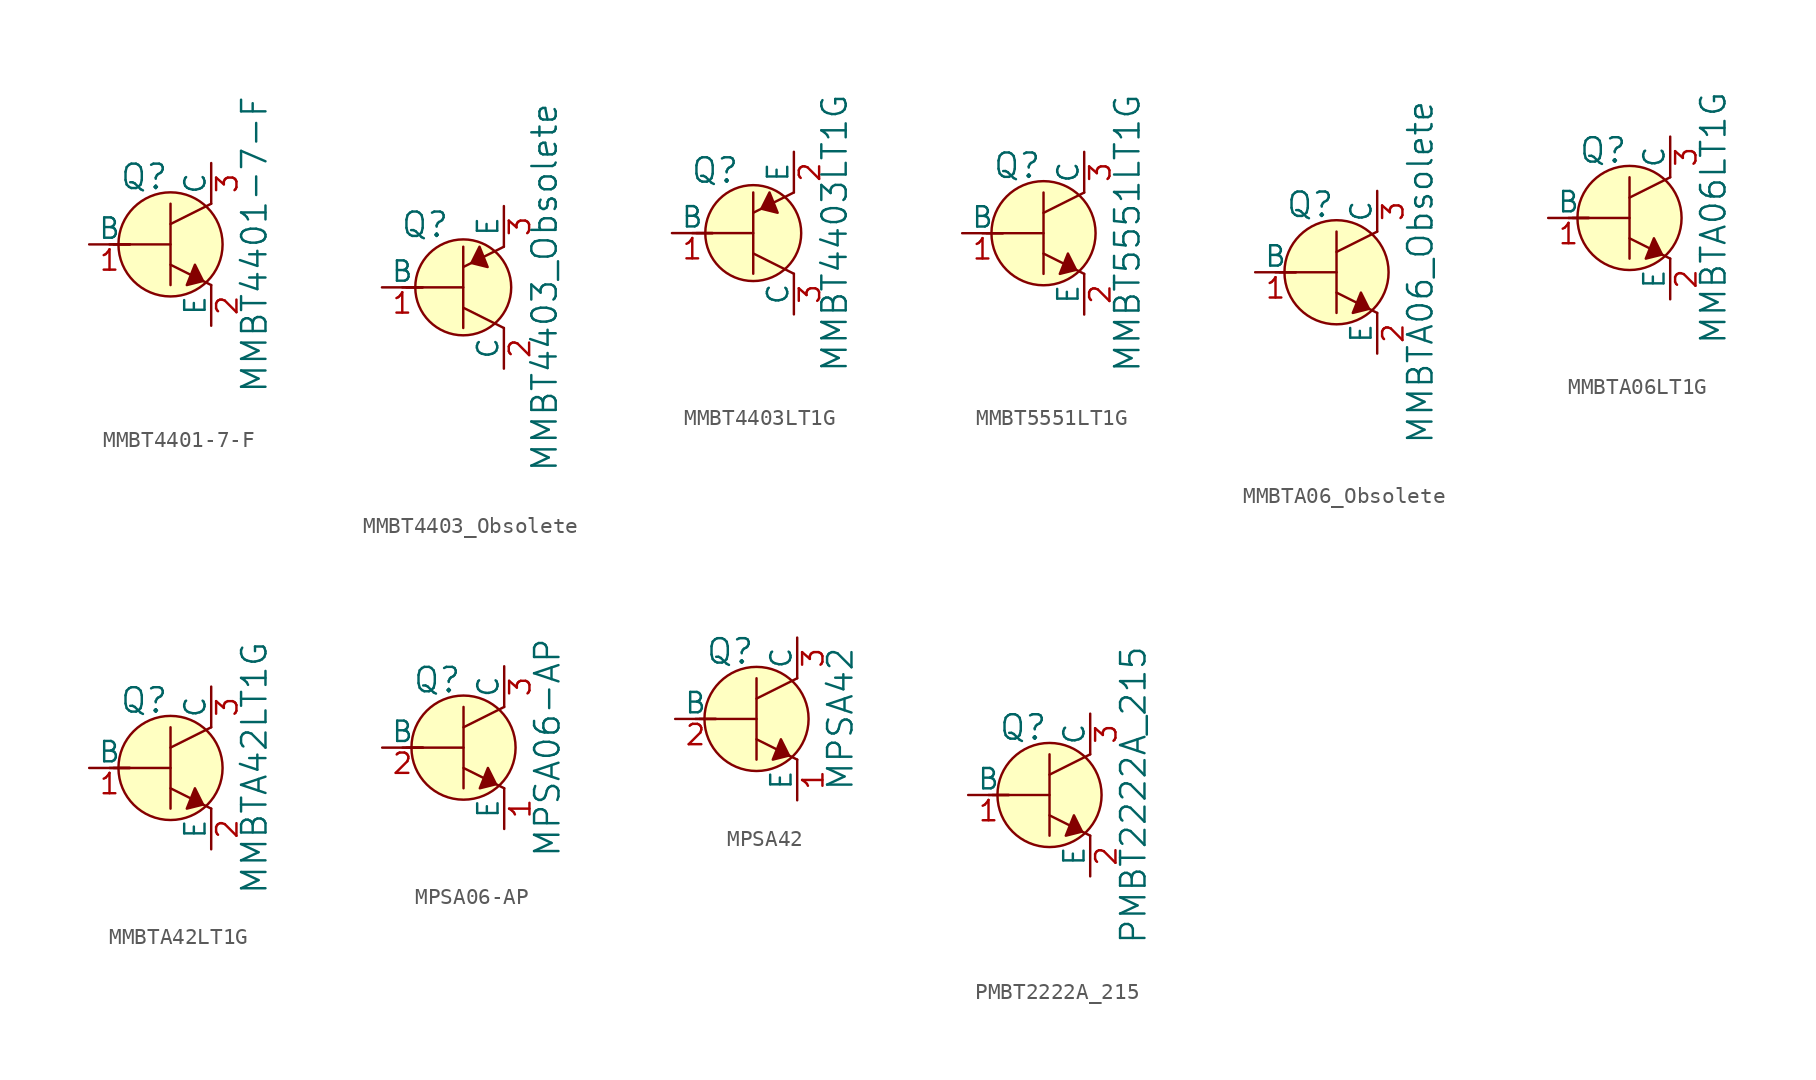
<source format=kicad_sym>
(kicad_symbol_lib
  (version 20220914)
  (generator kicad_symbol_editor)
  (symbol "MMBT4401-7-F"
    (pin_names
      (offset 0))
    (property "Reference" "Q"
      (at -3.2 4.216 0)
      (effects (font (size 1.524 1.524)) (justify left)))
    (property "Value" "MMBT4401-7-F"
      (at 5.232 0 90)
      (effects (font (size 1.524 1.524))))
    (symbol "MMBT4401-7-F_0_1"
      (polyline (pts (xy -3.81 0) (xy -2.54 0)) (stroke (width 0) (type default)) (fill (type none)))
      (polyline (pts (xy -3.556 0) (xy 0 0)) (stroke (width 0) (type default)) (fill (type none)))
      (polyline (pts (xy 0 -1.27) (xy 2.54 -2.54)) (stroke (width 0) (type default)) (fill (type none)))
      (polyline (pts (xy 0 1.27) (xy 2.54 2.54)) (stroke (width 0) (type default)) (fill (type none)))
      (polyline (pts (xy 0 2.54) (xy 0 -2.54)) (stroke (width 0) (type default)) (fill (type none)))
      (polyline (pts (xy 1.524 -1.27) (xy 2.032 -2.286) (xy 1.016 -2.54) (xy 1.524 -1.27)) (stroke (width 0) (type default)) (fill (type outline)))
      (circle (center 0 0) (radius 3.251) (stroke (width 0) (type default)) (fill (type background))))
    (symbol "MMBT4401-7-F_1_1"
      (pin input line (at -5.08 0 0) (length 2.54) (name "B" (effects (font (size 1.27 1.27)))) (number "1" (effects (font (size 1.27 1.27)))))
      (pin passive line (at 2.54 -5.08 90) (length 2.54) (name "E" (effects (font (size 1.27 1.27)))) (number "2" (effects (font (size 1.27 1.27)))))
      (pin passive line (at 2.54 5.08 270) (length 2.54) (name "C" (effects (font (size 1.27 1.27)))) (number "3" (effects (font (size 1.27 1.27)))))))
  (symbol "MMBT4403_Obsolete"
    (pin_names
      (offset 0))
    (property "Reference" "Q"
      (at -2.388 3.912 0)
      (effects (font (size 1.524 1.524))))
    (property "Value" "MMBT4403_Obsolete"
      (at 5.08 0 90)
      (effects (font (size 1.524 1.524))))
    (symbol "MMBT4403_Obsolete_0_1"
      (polyline (pts (xy -3.81 0) (xy -2.54 0)) (stroke (width 0) (type default)) (fill (type none)))
      (polyline (pts (xy -3.556 0) (xy 0 0)) (stroke (width 0) (type default)) (fill (type none)))
      (polyline (pts (xy 0 -1.27) (xy 2.54 -2.54)) (stroke (width 0) (type default)) (fill (type none)))
      (polyline (pts (xy 0 1.27) (xy 2.54 2.54)) (stroke (width 0) (type default)) (fill (type none)))
      (polyline (pts (xy 0 2.54) (xy 0 -2.54)) (stroke (width 0) (type default)) (fill (type none)))
      (polyline (pts (xy 1.016 2.54) (xy 0.508 1.524) (xy 1.524 1.27) (xy 1.016 2.54)) (stroke (width 0) (type default)) (fill (type outline)))
      (circle (center 0 0) (radius 2.997) (stroke (width 0) (type default)) (fill (type background))))
    (symbol "MMBT4403_Obsolete_1_1"
      (pin input line (at -5.08 0 0) (length 2.54) (name "B" (effects (font (size 1.27 1.27)))) (number "1" (effects (font (size 1.27 1.27)))))
      (pin passive line (at 2.54 -5.08 90) (length 2.54) (name "C" (effects (font (size 1.27 1.27)))) (number "2" (effects (font (size 1.27 1.27)))))
      (pin passive line (at 2.54 5.08 270) (length 2.54) (name "E" (effects (font (size 1.27 1.27)))) (number "3" (effects (font (size 1.27 1.27)))))))
  (symbol "MMBT4403LT1G"
    (pin_names
      (offset 0))
    (property "Reference" "Q"
      (at -2.388 3.912 0)
      (effects (font (size 1.524 1.524))))
    (property "Value" "MMBT4403LT1G"
      (at 5.08 0 90)
      (effects (font (size 1.524 1.524))))
    (symbol "MMBT4403LT1G_0_1"
      (polyline (pts (xy -3.81 0) (xy -2.54 0)) (stroke (width 0) (type default)) (fill (type none)))
      (polyline (pts (xy -3.556 0) (xy 0 0)) (stroke (width 0) (type default)) (fill (type none)))
      (polyline (pts (xy 0 -1.27) (xy 2.54 -2.54)) (stroke (width 0) (type default)) (fill (type none)))
      (polyline (pts (xy 0 1.27) (xy 2.54 2.54)) (stroke (width 0) (type default)) (fill (type none)))
      (polyline (pts (xy 0 2.54) (xy 0 -2.54)) (stroke (width 0) (type default)) (fill (type none)))
      (polyline (pts (xy 1.016 2.54) (xy 0.508 1.524) (xy 1.524 1.27) (xy 1.016 2.54)) (stroke (width 0) (type default)) (fill (type outline)))
      (circle (center 0 0) (radius 2.997) (stroke (width 0) (type default)) (fill (type background))))
    (symbol "MMBT4403LT1G_1_1"
      (pin input line (at -5.08 0 0) (length 2.54) (name "B" (effects (font (size 1.27 1.27)))) (number "1" (effects (font (size 1.27 1.27)))))
      (pin passive line (at 2.54 5.08 270) (length 2.54) (name "E" (effects (font (size 1.27 1.27)))) (number "2" (effects (font (size 1.27 1.27)))))
      (pin passive line (at 2.54 -5.08 90) (length 2.54) (name "C" (effects (font (size 1.27 1.27)))) (number "3" (effects (font (size 1.27 1.27)))))))
  (symbol "MMBT5551LT1G"
    (pin_names
      (offset 0))
    (property "Reference" "Q"
      (at -3.2 4.216 0)
      (effects (font (size 1.524 1.524)) (justify left)))
    (property "Value" "MMBT5551LT1G"
      (at 5.232 0 90)
      (effects (font (size 1.524 1.524))))
    (symbol "MMBT5551LT1G_0_1"
      (polyline (pts (xy -3.81 0) (xy -2.54 0)) (stroke (width 0) (type default)) (fill (type none)))
      (polyline (pts (xy -3.556 0) (xy 0 0)) (stroke (width 0) (type default)) (fill (type none)))
      (polyline (pts (xy 0 -1.27) (xy 2.54 -2.54)) (stroke (width 0) (type default)) (fill (type none)))
      (polyline (pts (xy 0 1.27) (xy 2.54 2.54)) (stroke (width 0) (type default)) (fill (type none)))
      (polyline (pts (xy 0 2.54) (xy 0 -2.54)) (stroke (width 0) (type default)) (fill (type none)))
      (polyline (pts (xy 1.524 -1.27) (xy 2.032 -2.286) (xy 1.016 -2.54) (xy 1.524 -1.27)) (stroke (width 0) (type default)) (fill (type outline)))
      (circle (center 0 0) (radius 3.251) (stroke (width 0) (type default)) (fill (type background))))
    (symbol "MMBT5551LT1G_1_1"
      (pin input line (at -5.08 0 0) (length 2.54) (name "B" (effects (font (size 1.27 1.27)))) (number "1" (effects (font (size 1.27 1.27)))))
      (pin passive line (at 2.54 -5.08 90) (length 2.54) (name "E" (effects (font (size 1.27 1.27)))) (number "2" (effects (font (size 1.27 1.27)))))
      (pin passive line (at 2.54 5.08 270) (length 2.54) (name "C" (effects (font (size 1.27 1.27)))) (number "3" (effects (font (size 1.27 1.27)))))))
  (symbol "MMBTA06_Obsolete"
    (pin_names
      (offset 0))
    (property "Reference" "Q"
      (at -3.2 4.216 0)
      (effects (font (size 1.524 1.524)) (justify left)))
    (property "Value" "MMBTA06_Obsolete"
      (at 5.232 0 90)
      (effects (font (size 1.524 1.524))))
    (symbol "MMBTA06_Obsolete_0_1"
      (polyline (pts (xy -3.81 0) (xy -2.54 0)) (stroke (width 0) (type default)) (fill (type none)))
      (polyline (pts (xy -3.556 0) (xy 0 0)) (stroke (width 0) (type default)) (fill (type none)))
      (polyline (pts (xy 0 -1.27) (xy 2.54 -2.54)) (stroke (width 0) (type default)) (fill (type none)))
      (polyline (pts (xy 0 1.27) (xy 2.54 2.54)) (stroke (width 0) (type default)) (fill (type none)))
      (polyline (pts (xy 0 2.54) (xy 0 -2.54)) (stroke (width 0) (type default)) (fill (type none)))
      (polyline (pts (xy 1.524 -1.27) (xy 2.032 -2.286) (xy 1.016 -2.54) (xy 1.524 -1.27)) (stroke (width 0) (type default)) (fill (type outline)))
      (circle (center 0 0) (radius 3.251) (stroke (width 0) (type default)) (fill (type background))))
    (symbol "MMBTA06_Obsolete_1_1"
      (pin input line (at -5.08 0 0) (length 2.54) (name "B" (effects (font (size 1.27 1.27)))) (number "1" (effects (font (size 1.27 1.27)))))
      (pin passive line (at 2.54 -5.08 90) (length 2.54) (name "E" (effects (font (size 1.27 1.27)))) (number "2" (effects (font (size 1.27 1.27)))))
      (pin passive line (at 2.54 5.08 270) (length 2.54) (name "C" (effects (font (size 1.27 1.27)))) (number "3" (effects (font (size 1.27 1.27)))))))
  (symbol "MMBTA06LT1G"
    (pin_names
      (offset 0))
    (property "Reference" "Q"
      (at -3.2 4.216 0)
      (effects (font (size 1.524 1.524)) (justify left)))
    (property "Value" "MMBTA06LT1G"
      (at 5.232 0 90)
      (effects (font (size 1.524 1.524))))
    (symbol "MMBTA06LT1G_0_1"
      (polyline (pts (xy -3.81 0) (xy -2.54 0)) (stroke (width 0) (type default)) (fill (type none)))
      (polyline (pts (xy -3.556 0) (xy 0 0)) (stroke (width 0) (type default)) (fill (type none)))
      (polyline (pts (xy 0 -1.27) (xy 2.54 -2.54)) (stroke (width 0) (type default)) (fill (type none)))
      (polyline (pts (xy 0 1.27) (xy 2.54 2.54)) (stroke (width 0) (type default)) (fill (type none)))
      (polyline (pts (xy 0 2.54) (xy 0 -2.54)) (stroke (width 0) (type default)) (fill (type none)))
      (polyline (pts (xy 1.524 -1.27) (xy 2.032 -2.286) (xy 1.016 -2.54) (xy 1.524 -1.27)) (stroke (width 0) (type default)) (fill (type outline)))
      (circle (center 0 0) (radius 3.251) (stroke (width 0) (type default)) (fill (type background))))
    (symbol "MMBTA06LT1G_1_1"
      (pin input line (at -5.08 0 0) (length 2.54) (name "B" (effects (font (size 1.27 1.27)))) (number "1" (effects (font (size 1.27 1.27)))))
      (pin passive line (at 2.54 -5.08 90) (length 2.54) (name "E" (effects (font (size 1.27 1.27)))) (number "2" (effects (font (size 1.27 1.27)))))
      (pin passive line (at 2.54 5.08 270) (length 2.54) (name "C" (effects (font (size 1.27 1.27)))) (number "3" (effects (font (size 1.27 1.27)))))))
  (symbol "MMBTA42LT1G"
    (pin_names
      (offset 0))
    (property "Reference" "Q"
      (at -3.2 4.216 0)
      (effects (font (size 1.524 1.524)) (justify left)))
    (property "Value" "MMBTA42LT1G"
      (at 5.232 0 90)
      (effects (font (size 1.524 1.524))))
    (symbol "MMBTA42LT1G_0_1"
      (polyline (pts (xy -3.81 0) (xy -2.54 0)) (stroke (width 0) (type default)) (fill (type none)))
      (polyline (pts (xy -3.556 0) (xy 0 0)) (stroke (width 0) (type default)) (fill (type none)))
      (polyline (pts (xy 0 -1.27) (xy 2.54 -2.54)) (stroke (width 0) (type default)) (fill (type none)))
      (polyline (pts (xy 0 1.27) (xy 2.54 2.54)) (stroke (width 0) (type default)) (fill (type none)))
      (polyline (pts (xy 0 2.54) (xy 0 -2.54)) (stroke (width 0) (type default)) (fill (type none)))
      (polyline (pts (xy 1.524 -1.27) (xy 2.032 -2.286) (xy 1.016 -2.54) (xy 1.524 -1.27)) (stroke (width 0) (type default)) (fill (type outline)))
      (circle (center 0 0) (radius 3.251) (stroke (width 0) (type default)) (fill (type background))))
    (symbol "MMBTA42LT1G_1_1"
      (pin input line (at -5.08 0 0) (length 2.54) (name "B" (effects (font (size 1.27 1.27)))) (number "1" (effects (font (size 1.27 1.27)))))
      (pin passive line (at 2.54 -5.08 90) (length 2.54) (name "E" (effects (font (size 1.27 1.27)))) (number "2" (effects (font (size 1.27 1.27)))))
      (pin passive line (at 2.54 5.08 270) (length 2.54) (name "C" (effects (font (size 1.27 1.27)))) (number "3" (effects (font (size 1.27 1.27)))))))
  (symbol "MPSA06-AP"
    (pin_names
      (offset 0))
    (property "Reference" "Q"
      (at -3.2 4.216 0)
      (effects (font (size 1.524 1.524)) (justify left)))
    (property "Value" "MPSA06-AP"
      (at 5.232 0 90)
      (effects (font (size 1.524 1.524))))
    (symbol "MPSA06-AP_0_1"
      (polyline (pts (xy -3.81 0) (xy -2.54 0)) (stroke (width 0) (type default)) (fill (type none)))
      (polyline (pts (xy -3.556 0) (xy 0 0)) (stroke (width 0) (type default)) (fill (type none)))
      (polyline (pts (xy 0 -1.27) (xy 2.54 -2.54)) (stroke (width 0) (type default)) (fill (type none)))
      (polyline (pts (xy 0 1.27) (xy 2.54 2.54)) (stroke (width 0) (type default)) (fill (type none)))
      (polyline (pts (xy 0 2.54) (xy 0 -2.54)) (stroke (width 0) (type default)) (fill (type none)))
      (polyline (pts (xy 1.524 -1.27) (xy 2.032 -2.286) (xy 1.016 -2.54) (xy 1.524 -1.27)) (stroke (width 0) (type default)) (fill (type outline)))
      (circle (center 0 0) (radius 3.251) (stroke (width 0) (type default)) (fill (type background))))
    (symbol "MPSA06-AP_1_1"
      (pin passive line (at 2.54 -5.08 90) (length 2.54) (name "E" (effects (font (size 1.27 1.27)))) (number "1" (effects (font (size 1.27 1.27)))))
      (pin input line (at -5.08 0 0) (length 2.54) (name "B" (effects (font (size 1.27 1.27)))) (number "2" (effects (font (size 1.27 1.27)))))
      (pin passive line (at 2.54 5.08 270) (length 2.54) (name "C" (effects (font (size 1.27 1.27)))) (number "3" (effects (font (size 1.27 1.27)))))))
  (symbol "MPSA42"
    (pin_names
      (offset 0))
    (property "Reference" "Q"
      (at -3.2 4.216 0)
      (effects (font (size 1.524 1.524)) (justify left)))
    (property "Value" "MPSA42"
      (at 5.232 0 90)
      (effects (font (size 1.524 1.524))))
    (symbol "MPSA42_0_1"
      (polyline (pts (xy -3.81 0) (xy -2.54 0)) (stroke (width 0) (type default)) (fill (type none)))
      (polyline (pts (xy -3.556 0) (xy 0 0)) (stroke (width 0) (type default)) (fill (type none)))
      (polyline (pts (xy 0 -1.27) (xy 2.54 -2.54)) (stroke (width 0) (type default)) (fill (type none)))
      (polyline (pts (xy 0 1.27) (xy 2.54 2.54)) (stroke (width 0) (type default)) (fill (type none)))
      (polyline (pts (xy 0 2.54) (xy 0 -2.54)) (stroke (width 0) (type default)) (fill (type none)))
      (polyline (pts (xy 1.524 -1.27) (xy 2.032 -2.286) (xy 1.016 -2.54) (xy 1.524 -1.27)) (stroke (width 0) (type default)) (fill (type outline)))
      (circle (center 0 0) (radius 3.251) (stroke (width 0) (type default)) (fill (type background))))
    (symbol "MPSA42_1_1"
      (pin passive line (at 2.54 -5.08 90) (length 2.54) (name "E" (effects (font (size 1.27 1.27)))) (number "1" (effects (font (size 1.27 1.27)))))
      (pin input line (at -5.08 0 0) (length 2.54) (name "B" (effects (font (size 1.27 1.27)))) (number "2" (effects (font (size 1.27 1.27)))))
      (pin passive line (at 2.54 5.08 270) (length 2.54) (name "C" (effects (font (size 1.27 1.27)))) (number "3" (effects (font (size 1.27 1.27)))))))
  (symbol "PMBT2222A_215"
    (pin_names
      (offset 0))
    (property "Reference" "Q"
      (at -3.2 4.216 0)
      (effects (font (size 1.524 1.524)) (justify left)))
    (property "Value" "PMBT2222A_215"
      (at 5.232 0 90)
      (effects (font (size 1.524 1.524))))
    (symbol "PMBT2222A_215_0_1"
      (polyline (pts (xy -3.81 0) (xy -2.54 0)) (stroke (width 0) (type default)) (fill (type none)))
      (polyline (pts (xy -3.556 0) (xy 0 0)) (stroke (width 0) (type default)) (fill (type none)))
      (polyline (pts (xy 0 -1.27) (xy 2.54 -2.54)) (stroke (width 0) (type default)) (fill (type none)))
      (polyline (pts (xy 0 1.27) (xy 2.54 2.54)) (stroke (width 0) (type default)) (fill (type none)))
      (polyline (pts (xy 0 2.54) (xy 0 -2.54)) (stroke (width 0) (type default)) (fill (type none)))
      (polyline (pts (xy 1.524 -1.27) (xy 2.032 -2.286) (xy 1.016 -2.54) (xy 1.524 -1.27)) (stroke (width 0) (type default)) (fill (type outline)))
      (circle (center 0 0) (radius 3.251) (stroke (width 0) (type default)) (fill (type background))))
    (symbol "PMBT2222A_215_1_1"
      (pin input line (at -5.08 0 0) (length 2.54) (name "B" (effects (font (size 1.27 1.27)))) (number "1" (effects (font (size 1.27 1.27)))))
      (pin passive line (at 2.54 -5.08 90) (length 2.54) (name "E" (effects (font (size 1.27 1.27)))) (number "2" (effects (font (size 1.27 1.27)))))
      (pin passive line (at 2.54 5.08 270) (length 2.54) (name "C" (effects (font (size 1.27 1.27)))) (number "3" (effects (font (size 1.27 1.27))))))))
</source>
